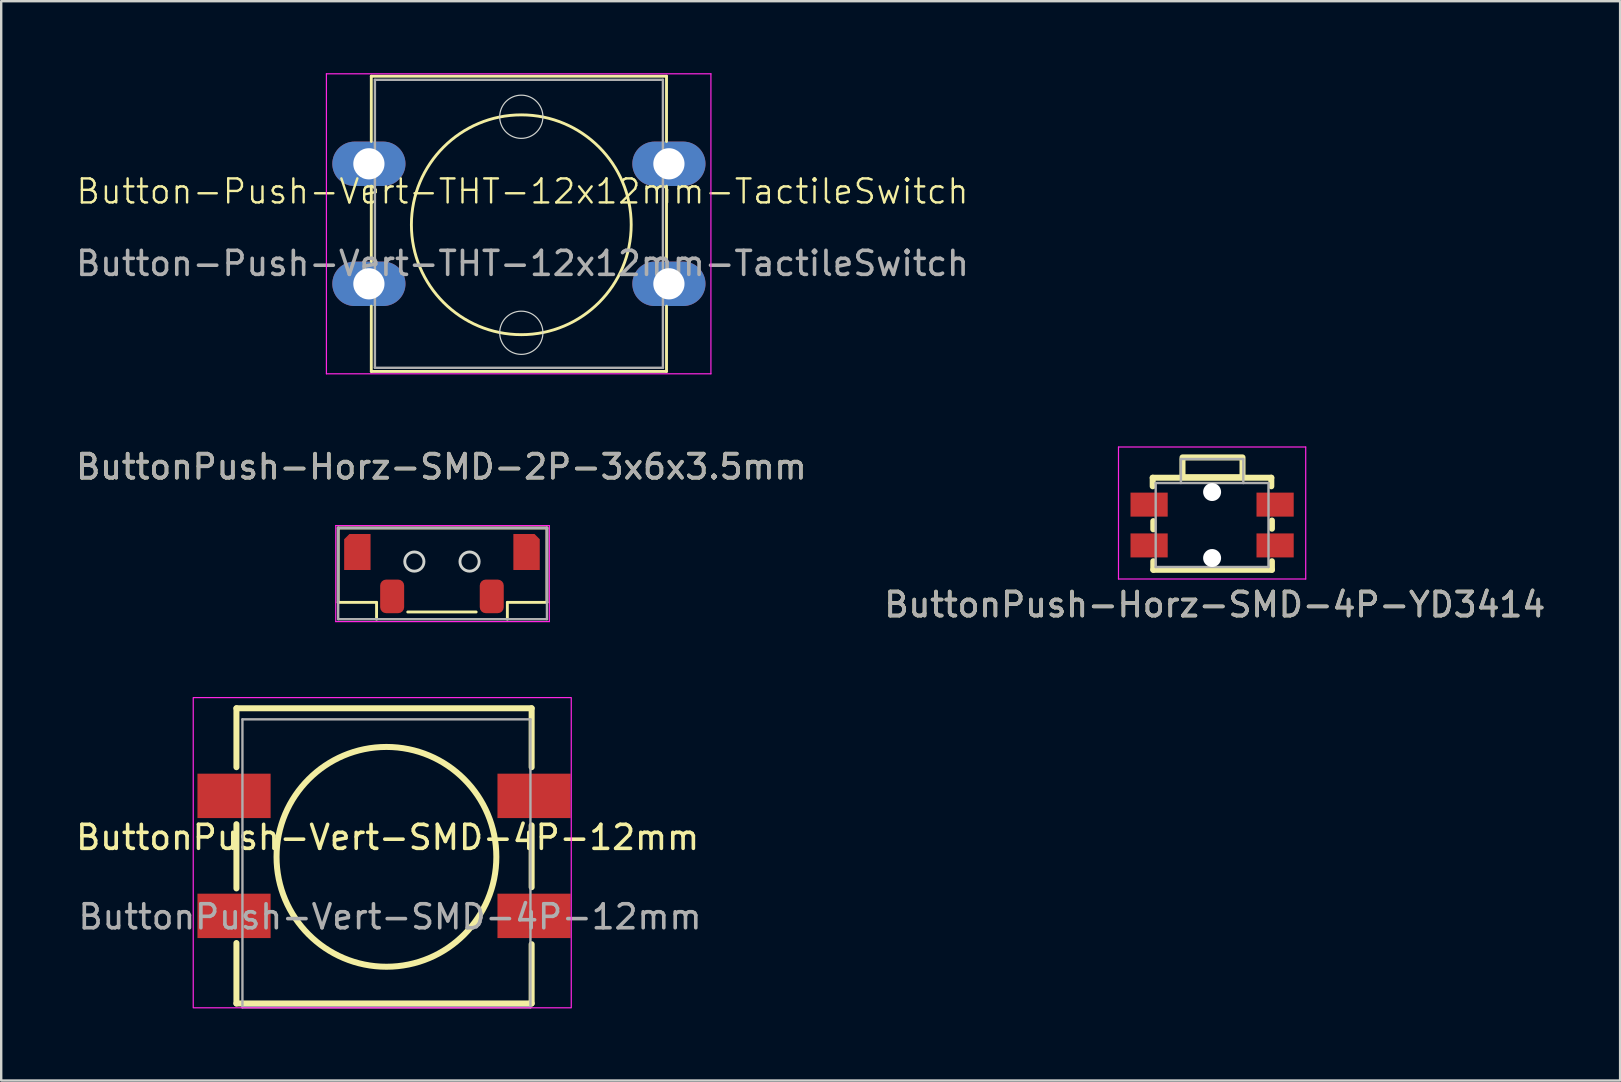
<source format=kicad_pcb>
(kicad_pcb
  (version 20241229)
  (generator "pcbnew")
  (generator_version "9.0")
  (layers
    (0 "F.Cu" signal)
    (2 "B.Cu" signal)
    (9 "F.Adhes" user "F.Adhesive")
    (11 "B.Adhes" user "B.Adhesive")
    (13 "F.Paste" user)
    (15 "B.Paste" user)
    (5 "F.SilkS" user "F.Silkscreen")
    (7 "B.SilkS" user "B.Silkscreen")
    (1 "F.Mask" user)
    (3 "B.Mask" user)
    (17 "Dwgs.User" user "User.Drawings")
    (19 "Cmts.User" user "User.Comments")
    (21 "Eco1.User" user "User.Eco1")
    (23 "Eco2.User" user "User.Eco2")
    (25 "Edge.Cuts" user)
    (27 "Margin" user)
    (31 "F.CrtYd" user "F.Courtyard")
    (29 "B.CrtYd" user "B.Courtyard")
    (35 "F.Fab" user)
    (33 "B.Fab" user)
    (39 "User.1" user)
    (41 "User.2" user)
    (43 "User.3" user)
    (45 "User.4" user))
  (footprint "ButtonPush-Horz-SMD-4P-YD3414"
    (layer "F.Cu")
    (at 47.469 18.608)
    (property "Reference" "ButtonPush-Horz-SMD-4P-YD3414" (at 0.097 3.534 0) (unlocked yes) (layer "F.SilkS") (effects (font (size 1 1) (thickness 0.15))))
    (attr smd)
    (fp_line (start -2.492 -1.754) (end -2.492 -1.396) (stroke (width 0.25) (type solid)) (layer "F.SilkS"))
    (fp_line (start -2.492 -1.754) (end 2.45 -1.754) (stroke (width 0.25) (type solid)) (layer "F.SilkS"))
    (fp_line (start -2.467 0.396) (end -2.467 0.054) (stroke (width 0.25) (type solid)) (layer "F.SilkS"))
    (fp_line (start -2.467 2.083) (end -2.467 1.725) (stroke (width 0.25) (type solid)) (layer "F.SilkS"))
    (fp_line (start 2.45 -1.754) (end 2.45 -1.396) (stroke (width 0.25) (type solid)) (layer "F.SilkS"))
    (fp_line (start 2.475 0.371) (end 2.475 0.029) (stroke (width 0.25) (type solid)) (layer "F.SilkS"))
    (fp_line (start 2.475 2.083) (end -2.467 2.083) (stroke (width 0.25) (type solid)) (layer "F.SilkS"))
    (fp_line (start 2.475 2.083) (end 2.475 1.725) (stroke (width 0.25) (type solid)) (layer "F.SilkS"))
    (fp_rect (start -1.25 -2.6) (end 1.25 -1.775) (stroke (width 0.25) (type solid)) (fill no) (layer "F.SilkS"))
    (fp_line (start -3.917 2.467) (end -3.917 -3.033) (stroke (width 0.05) (type solid)) (layer "F.CrtYd"))
    (fp_line (start 3.883 -3.033) (end -3.917 -3.033) (stroke (width 0.05) (type solid)) (layer "F.CrtYd"))
    (fp_line (start 3.883 2.467) (end -3.917 2.467) (stroke (width 0.05) (type solid)) (layer "F.CrtYd"))
    (fp_line (start 3.883 2.467) (end 3.883 -3.033) (stroke (width 0.05) (type solid)) (layer "F.CrtYd"))
    (fp_line (start -2.367 1.967) (end -2.367 -1.533) (stroke (width 0.1) (type solid)) (layer "F.Fab"))
    (fp_line (start -1.317 -2.533) (end -1.317 -1.533) (stroke (width 0.1) (type solid)) (layer "F.Fab"))
    (fp_line (start 1.283 -2.533) (end -1.317 -2.533) (stroke (width 0.1) (type solid)) (layer "F.Fab"))
    (fp_line (start 1.283 -2.533) (end 1.283 -1.533) (stroke (width 0.1) (type solid)) (layer "F.Fab"))
    (fp_line (start 2.333 -1.533) (end -2.367 -1.533) (stroke (width 0.1) (type solid)) (layer "F.Fab"))
    (fp_line (start 2.333 1.967) (end -2.367 1.967) (stroke (width 0.1) (type solid)) (layer "F.Fab"))
    (fp_line (start 2.333 1.967) (end 2.333 -1.533) (stroke (width 0.1) (type solid)) (layer "F.Fab"))
    (fp_text user "${REFERENCE}" (at 0.097 3.534 0) (layer "F.Fab") (effects (font (size 1 1) (thickness 0.15))))
    (pad "" np_thru_hole circle (at -0.017 -1.158 180) (size 0.75 0.75) (drill 0.75) (layers "*.Cu" "*.Mask"))
    (pad "" np_thru_hole circle (at -0.017 1.592 180) (size 0.75 0.75) (drill 0.75) (layers "*.Cu" "*.Mask"))
    (pad "1" smd rect (at -2.642 -0.633 180) (size 1.55 1) (layers "F.Cu" "F.Mask" "F.Paste"))
    (pad "1" smd rect (at 2.608 -0.633 180) (size 1.55 1) (layers "F.Cu" "F.Mask" "F.Paste"))
    (pad "2" smd rect (at -2.642 1.067 180) (size 1.55 1) (layers "F.Cu" "F.Mask" "F.Paste"))
    (pad "2" smd rect (at 2.608 1.067 180) (size 1.55 1) (layers "F.Cu" "F.Mask" "F.Paste")))
  (footprint "ButtonPush-Vert-SMD-4P-12mm"
    (layer "F.Cu")
    (at 13.201 32.65)
    (property "Reference" "ButtonPush-Vert-SMD-4P-12mm" (at -0.1 -0.81 0) (unlocked yes) (layer "F.SilkS") (effects (font (size 1 1) (thickness 0.15))))
    (attr smd)
    (fp_line (start -6.4 -6.19) (end 5.9 -6.19) (stroke (width 0.25) (type solid)) (layer "F.SilkS"))
    (fp_line (start -6.4 -3.735) (end -6.4 -6.19) (stroke (width 0.25) (type solid)) (layer "F.SilkS"))
    (fp_line (start -6.4 1.315) (end -6.4 -1.36) (stroke (width 0.25) (type solid)) (layer "F.SilkS"))
    (fp_line (start -6.4 6.11) (end -6.4 3.59) (stroke (width 0.25) (type solid)) (layer "F.SilkS"))
    (fp_line (start 5.9 -6.19) (end 5.9 -3.735) (stroke (width 0.25) (type solid)) (layer "F.SilkS"))
    (fp_line (start 5.9 -1.31) (end 5.9 1.265) (stroke (width 0.25) (type solid)) (layer "F.SilkS"))
    (fp_line (start 5.9 3.64) (end 5.9 6.11) (stroke (width 0.25) (type solid)) (layer "F.SilkS"))
    (fp_line (start 5.9 6.11) (end -6.4 6.11) (stroke (width 0.25) (type solid)) (layer "F.SilkS"))
    (fp_circle (center -0.15 0) (end 4.429 0) (stroke (width 0.25) (type solid)) (fill no) (layer "F.SilkS"))
    (fp_rect (start -8.2 -6.635) (end 7.55 6.29) (stroke (width 0.05) (type solid)) (fill no) (layer "F.CrtYd"))
    (fp_line (start -6.15 -5.73) (end -6.15 6.27) (stroke (width 0.1) (type solid)) (layer "F.Fab"))
    (fp_line (start -6.15 -5.73) (end 5.85 -5.73) (stroke (width 0.1) (type solid)) (layer "F.Fab"))
    (fp_line (start -6.15 6.27) (end 5.85 6.27) (stroke (width 0.1) (type solid)) (layer "F.Fab"))
    (fp_line (start 5.85 -5.73) (end 5.85 6.27) (stroke (width 0.1) (type solid)) (layer "F.Fab"))
    (fp_text user "${REFERENCE}" (at 0 2.5 0) (unlocked yes) (layer "F.Fab") (effects (font (size 1 1) (thickness 0.15))))
    (pad "1" smd rect (at -6.5 -2.54) (size 3.048 1.85) (layers "F.Cu" "F.Mask" "F.Paste"))
    (pad "1" smd rect (at 6 -2.54) (size 3.048 1.85) (layers "F.Cu" "F.Mask" "F.Paste"))
    (pad "2" smd rect (at -6.5 2.46) (size 3.048 1.85) (layers "F.Cu" "F.Mask" "F.Paste"))
    (pad "2" smd rect (at 6 2.46) (size 3.048 1.85) (layers "F.Cu" "F.Mask" "F.Paste")))
  (footprint "Button-Push-Vert-THT-12x12mm-TactileSwitch"
    (layer "F.Cu")
    (at 18.67 6.315)
    (property "Reference" "Button-Push-Vert-THT-12x12mm-TactileSwitch" (at 0.05 -1.39 0) (unlocked yes) (layer "F.SilkS") (effects (font (size 1 1) (thickness 0.1))))
    (attr through_hole)
    (fp_line (start -6.25 -6.19) (end 6.05 -6.19) (stroke (width 0.12) (type solid)) (layer "F.SilkS"))
    (fp_line (start -6.25 -3.47) (end -6.25 -6.19) (stroke (width 0.12) (type solid)) (layer "F.SilkS"))
    (fp_line (start -6.25 1.53) (end -6.25 -1.61) (stroke (width 0.12) (type solid)) (layer "F.SilkS"))
    (fp_line (start -6.25 6.11) (end -6.25 3.39) (stroke (width 0.12) (type solid)) (layer "F.SilkS"))
    (fp_line (start 6.05 -6.19) (end 6.05 -3.47) (stroke (width 0.12) (type solid)) (layer "F.SilkS"))
    (fp_line (start 6.05 -1.61) (end 6.05 1.53) (stroke (width 0.12) (type solid)) (layer "F.SilkS"))
    (fp_line (start 6.05 3.39) (end 6.05 6.11) (stroke (width 0.12) (type solid)) (layer "F.SilkS"))
    (fp_line (start 6.05 6.11) (end -6.25 6.11) (stroke (width 0.12) (type solid)) (layer "F.SilkS"))
    (fp_circle (center 0 0) (end 3.81 2.54) (stroke (width 0.12) (type solid)) (fill no) (layer "F.SilkS"))
    (fp_circle (center 0 -4.5) (end 0.9 -4.5) (stroke (width 0.05) (type default)) (fill no) (layer "Edge.Cuts"))
    (fp_circle (center 0 4.5) (end 0.9 4.5) (stroke (width 0.05) (type default)) (fill no) (layer "Edge.Cuts"))
    (fp_line (start -8.12 -6.29) (end -8.12 6.21) (stroke (width 0.05) (type solid)) (layer "F.CrtYd"))
    (fp_line (start -8.12 -6.29) (end 7.9 -6.29) (stroke (width 0.05) (type solid)) (layer "F.CrtYd"))
    (fp_line (start 7.9 6.21) (end -8.12 6.21) (stroke (width 0.05) (type solid)) (layer "F.CrtYd"))
    (fp_line (start 7.9 6.21) (end 7.9 -6.29) (stroke (width 0.05) (type solid)) (layer "F.CrtYd"))
    (fp_line (start -6.1 -6.04) (end -6.1 5.96) (stroke (width 0.1) (type solid)) (layer "F.Fab"))
    (fp_line (start -6.1 -6.04) (end 5.9 -6.04) (stroke (width 0.1) (type solid)) (layer "F.Fab"))
    (fp_line (start -6.1 5.96) (end 5.9 5.96) (stroke (width 0.1) (type solid)) (layer "F.Fab"))
    (fp_line (start 5.9 -6.04) (end 5.9 5.96) (stroke (width 0.1) (type solid)) (layer "F.Fab"))
    (fp_text user "${REFERENCE}" (at 0.05 1.61 0) (unlocked yes) (layer "F.Fab") (effects (font (size 1 1) (thickness 0.15))))
    (pad "1" thru_hole oval (at -6.35 -2.54) (size 3.048 1.85) (drill 1.3) (layers "*.Cu" "*.Mask"))
    (pad "1" thru_hole oval (at 6.15 -2.54) (size 3.048 1.85) (drill 1.3) (layers "*.Cu" "*.Mask"))
    (pad "2" thru_hole oval (at -6.35 2.46) (size 3.048 1.85) (drill 1.3) (layers "*.Cu" "*.Mask"))
    (pad "2" thru_hole oval (at 6.15 2.46) (size 3.048 1.85) (drill 1.3) (layers "*.Cu" "*.Mask")))
  (footprint "ButtonPush-Horz-SMD-2P-3x6x3.5mm"
    (layer "F.Cu")
    (at 11.839 19.948)
    (property "Reference" "ButtonPush-Horz-SMD-2P-3x6x3.5mm" (at 3.5 -3.55 0) (unlocked yes) (layer "F.SilkS") (effects (font (size 1 1) (thickness 0.15))))
    (attr smd)
    (fp_line (start -0.8 -1) (end -0.8 2.1) (stroke (width 0.12) (type solid)) (layer "F.SilkS"))
    (fp_line (start -0.8 -1) (end 7.9 -1) (stroke (width 0.12) (type solid)) (layer "F.SilkS"))
    (fp_line (start -0.8 2.1) (end 0.8 2.1) (stroke (width 0.12) (type solid)) (layer "F.SilkS"))
    (fp_line (start 0.8 2.1) (end 0.8 2.8) (stroke (width 0.12) (type solid)) (layer "F.SilkS"))
    (fp_line (start 2.1 2.5) (end 4.95 2.5) (stroke (width 0.12) (type solid)) (layer "F.SilkS"))
    (fp_line (start 6.25 2.1) (end 6.25 2.8) (stroke (width 0.12) (type solid)) (layer "F.SilkS"))
    (fp_line (start 7.9 -1) (end 7.9 2.1) (stroke (width 0.12) (type solid)) (layer "F.SilkS"))
    (fp_line (start 7.9 2.1) (end 6.25 2.1) (stroke (width 0.12) (type solid)) (layer "F.SilkS"))
    (fp_circle (center 2.375 0.4) (end 2.775 0.4) (stroke (width 0.12) (type solid)) (fill no) (layer "Edge.Cuts"))
    (fp_circle (center 4.675 0.4) (end 5.075 0.4) (stroke (width 0.12) (type solid)) (fill no) (layer "Edge.Cuts"))
    (fp_line (start -0.9 -1.1) (end 7.9 -1.1) (stroke (width 0.05) (type solid)) (layer "F.CrtYd"))
    (fp_line (start -0.9 2.9) (end -0.9 -1.1) (stroke (width 0.05) (type solid)) (layer "F.CrtYd"))
    (fp_line (start 7.9 -1.1) (end 8 -1.1) (stroke (width 0.05) (type solid)) (layer "F.CrtYd"))
    (fp_line (start 8 -1.1) (end 8 2.9) (stroke (width 0.05) (type solid)) (layer "F.CrtYd"))
    (fp_line (start 8 2.9) (end -0.9 2.9) (stroke (width 0.05) (type solid)) (layer "F.CrtYd"))
    (fp_line (start -0.8 -1) (end -0.8 2.8) (stroke (width 0.1) (type solid)) (layer "F.Fab"))
    (fp_line (start -0.8 2.8) (end 7.9 2.8) (stroke (width 0.1) (type solid)) (layer "F.Fab"))
    (fp_line (start 7.9 -1) (end -0.8 -1) (stroke (width 0.1) (type solid)) (layer "F.Fab"))
    (fp_line (start 7.9 2.8) (end 7.9 -1) (stroke (width 0.1) (type solid)) (layer "F.Fab"))
    (fp_text user "${REFERENCE}" (at 3.5 -3.55 0) (unlocked yes) (layer "F.Fab") (effects (font (size 1 1) (thickness 0.15))))
    (pad "" smd roundrect (at 0 0) (size 1.1 1.5) (layers "F.Cu" "F.Mask" "F.Paste") (roundrect_rratio 0) (chamfer_ratio 0.2) (chamfer top_left))
    (pad "" smd roundrect (at 7.05 0) (size 1.1 1.5) (layers "F.Cu" "F.Mask" "F.Paste") (roundrect_rratio 0) (chamfer_ratio 0.2) (chamfer top_right))
    (pad "1" smd roundrect (at 1.45 1.85) (size 1 1.4) (layers "F.Cu" "F.Mask" "F.Paste") (roundrect_rratio 0.25))
    (pad "2" smd roundrect (at 5.6 1.85) (size 1 1.4) (layers "F.Cu" "F.Mask" "F.Paste") (roundrect_rratio 0.25)))
  (gr_rect
    (start -3 -3)
    (end 64.452 41.97)
    (stroke (width 0.1) (type default))
    (fill no)
    (layer "Edge.Cuts")))
</source>
